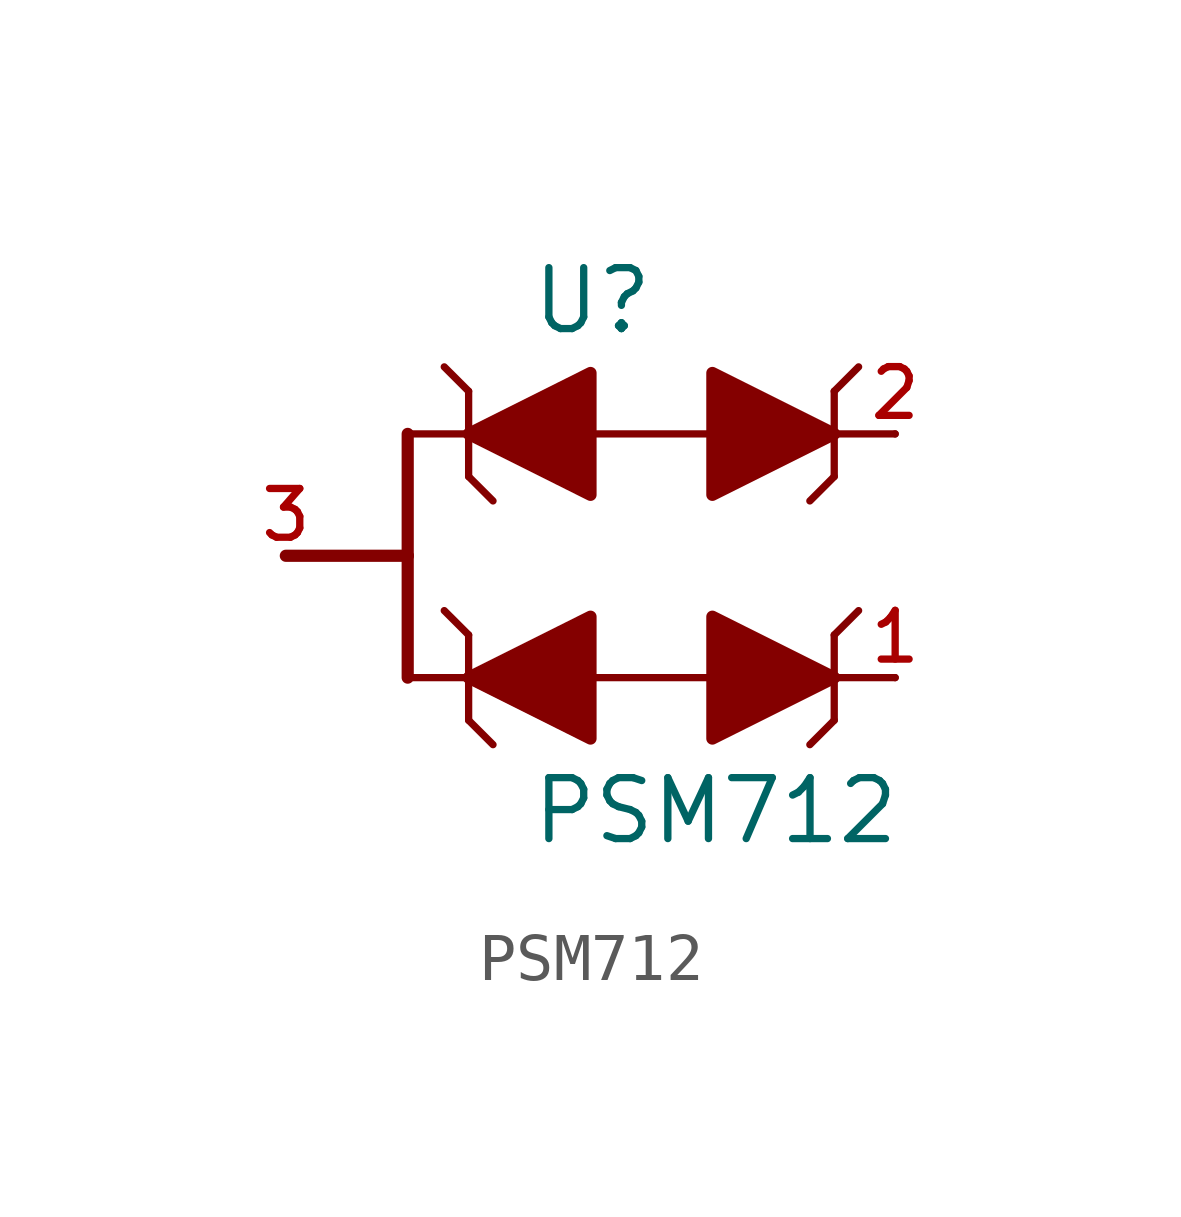
<source format=kicad_sym>
(kicad_symbol_lib
  (version 20211014)
  (generator kicad_symbol_editor)
  (symbol "PSM712"
    (pin_names
      (offset 1.016))
    (property "Reference" "U"
      (at -5.08 2.032 0)
      (effects (font (size 1.27 1.27)) (justify bottom left)))
    (property "Value" "PSM712"
      (at -5.08 -7.112 0)
      (effects (font (size 1.27 1.27)) (justify top left)))
    (symbol "PSM712_0_0"
      (polyline (pts (xy 1.27 0.889) (xy 1.27 0.0)) (stroke (width 0.152)))
      (polyline (pts (xy 1.27 0.0) (xy 1.27 -0.889)) (stroke (width 0.152)))
      (polyline (pts (xy 1.27 0.889) (xy 1.778 1.397)) (stroke (width 0.152)))
      (polyline (pts (xy 1.27 -0.889) (xy 0.762 -1.397)) (stroke (width 0.152)))
      (polyline (pts (xy 2.54 0.0) (xy 1.27 0.0)) (stroke (width 0.152)))
      (polyline (pts (xy -1.27 1.27) (xy 1.27 0.0) (xy -1.27 -1.27) (xy -1.27 1.27)) (stroke (width 0.254)) (fill (type outline)))
      (polyline (pts (xy -6.35 0.889) (xy -6.35 0.0)) (stroke (width 0.152)))
      (polyline (pts (xy -6.35 0.0) (xy -6.35 -0.889)) (stroke (width 0.152)))
      (polyline (pts (xy -6.35 0.889) (xy -6.858 1.397)) (stroke (width 0.152)))
      (polyline (pts (xy -6.35 -0.889) (xy -5.842 -1.397)) (stroke (width 0.152)))
      (polyline (pts (xy -1.27 0.0) (xy -3.81 0.0)) (stroke (width 0.152)))
      (polyline (pts (xy -7.62 0.0) (xy -6.35 0.0)) (stroke (width 0.152)))
      (polyline (pts (xy -3.81 1.27) (xy -6.35 0.0) (xy -3.81 -1.27) (xy -3.81 1.27)) (stroke (width 0.254)) (fill (type outline)))
      (polyline (pts (xy 1.27 -4.191) (xy 1.27 -5.08)) (stroke (width 0.152)))
      (polyline (pts (xy 1.27 -5.08) (xy 1.27 -5.969)) (stroke (width 0.152)))
      (polyline (pts (xy 1.27 -4.191) (xy 1.778 -3.683)) (stroke (width 0.152)))
      (polyline (pts (xy 1.27 -5.969) (xy 0.762 -6.477)) (stroke (width 0.152)))
      (polyline (pts (xy 2.54 -5.08) (xy 1.27 -5.08)) (stroke (width 0.152)))
      (polyline (pts (xy -1.27 -3.81) (xy 1.27 -5.08) (xy -1.27 -6.35) (xy -1.27 -3.81)) (stroke (width 0.254)) (fill (type outline)))
      (polyline (pts (xy -6.35 -4.191) (xy -6.35 -5.08)) (stroke (width 0.152)))
      (polyline (pts (xy -6.35 -5.08) (xy -6.35 -5.969)) (stroke (width 0.152)))
      (polyline (pts (xy -6.35 -4.191) (xy -6.858 -3.683)) (stroke (width 0.152)))
      (polyline (pts (xy -6.35 -5.969) (xy -5.842 -6.477)) (stroke (width 0.152)))
      (polyline (pts (xy -1.27 -5.08) (xy -3.81 -5.08)) (stroke (width 0.152)))
      (polyline (pts (xy -7.62 -5.08) (xy -6.35 -5.08)) (stroke (width 0.152)))
      (polyline (pts (xy -3.81 -3.81) (xy -6.35 -5.08) (xy -3.81 -6.35) (xy -3.81 -3.81)) (stroke (width 0.254)) (fill (type outline)))
      (polyline (pts (xy -7.62 -5.08) (xy -7.62 -2.54)) (stroke (width 0.254)))
      (polyline (pts (xy -7.62 -2.54) (xy -7.62 0.0)) (stroke (width 0.254)))
      (polyline (pts (xy -7.62 -2.54) (xy -10.16 -2.54)) (stroke (width 0.254)))
      (pin passive line (at 2.54 -5.08 180.0) (length 0) (name "~" (effects (font (size 1.016 1.016)))) (number "1" (effects (font (size 1.016 1.016)))))
      (pin passive line (at 2.54 0.0 180.0) (length 0) (name "~" (effects (font (size 1.016 1.016)))) (number "2" (effects (font (size 1.016 1.016)))))
      (pin passive line (at -10.16 -2.54 0) (length 0) (name "~" (effects (font (size 1.016 1.016)))) (number "3" (effects (font (size 1.016 1.016))))))))
</source>
